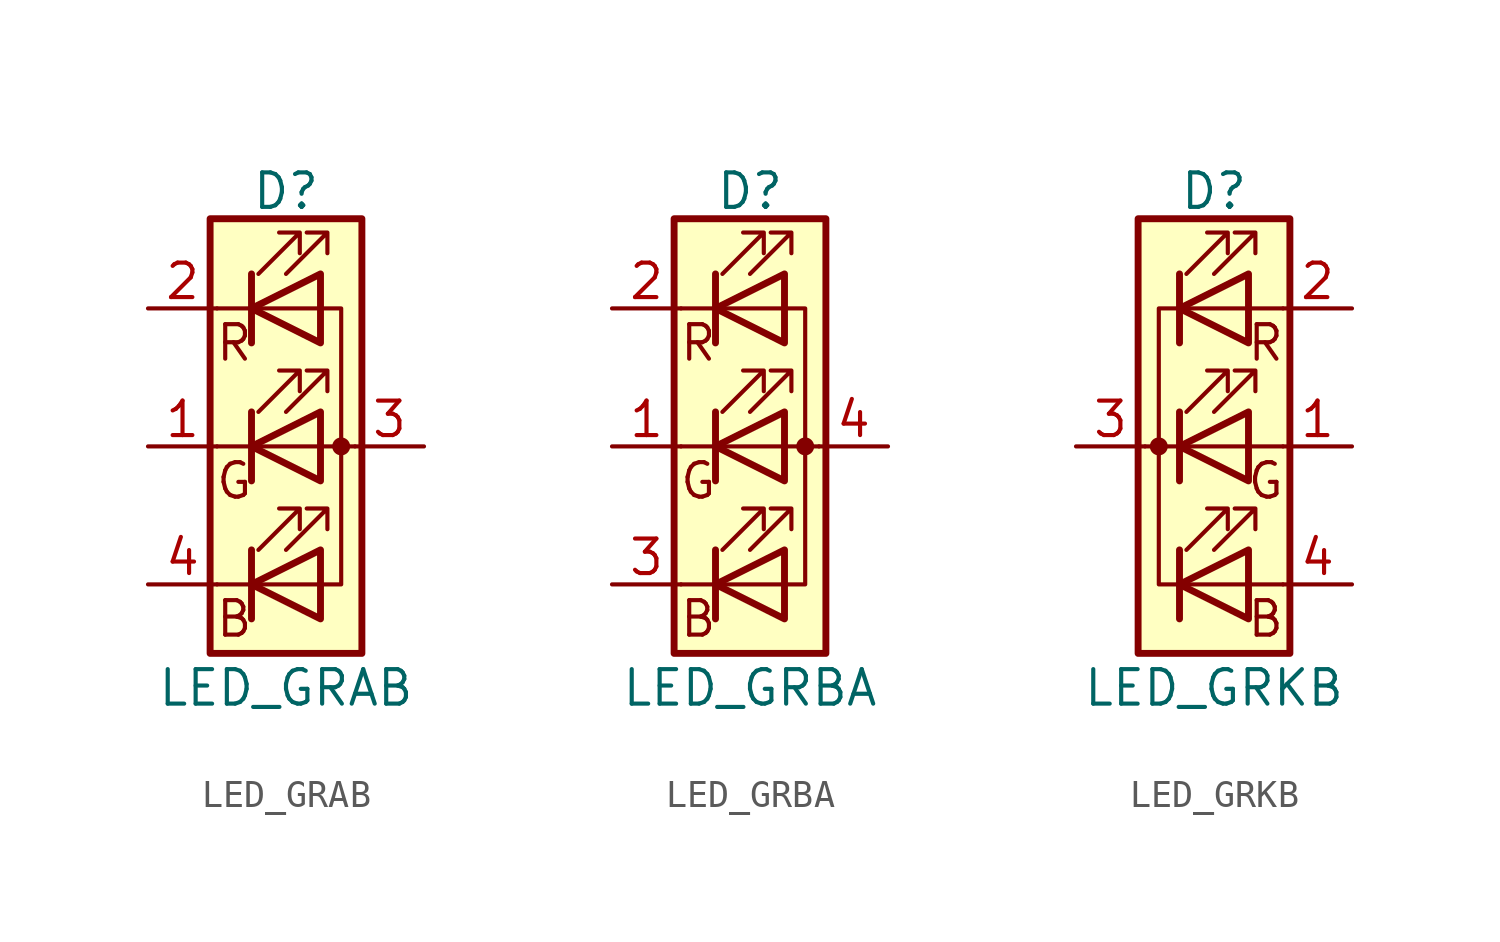
<source format=kicad_sym>
(kicad_symbol_lib
  (version 20220914)
  (generator kicad_symbol_editor)
  (symbol "LED_GRAB"
    (pin_names
      (offset 0) hide)
    (property "Reference" "D"
      (at 0 9.398 0)
      (effects (font (size 1.27 1.27))))
    (property "Value" "LED_GRAB"
      (at 0 -8.89 0)
      (effects (font (size 1.27 1.27))))
    (symbol "LED_GRAB_0_0"
      (text "B" (at -1.905 -6.35 0) (effects (font (size 1.27 1.27))))
      (text "G" (at -1.905 -1.27 0) (effects (font (size 1.27 1.27))))
      (text "R" (at -1.905 3.81 0) (effects (font (size 1.27 1.27)))))
    (symbol "LED_GRAB_0_1"
      (polyline (pts (xy -1.27 -5.08) (xy -2.54 -5.08)) (stroke (width 0) (type default)) (fill (type none)))
      (polyline (pts (xy -1.27 -5.08) (xy 1.27 -5.08)) (stroke (width 0) (type default)) (fill (type none)))
      (polyline (pts (xy -1.27 -3.81) (xy -1.27 -6.35)) (stroke (width 0.254) (type default)) (fill (type none)))
      (polyline (pts (xy -1.27 0) (xy -2.54 0)) (stroke (width 0) (type default)) (fill (type none)))
      (polyline (pts (xy -1.27 1.27) (xy -1.27 -1.27)) (stroke (width 0.254) (type default)) (fill (type none)))
      (polyline (pts (xy -1.27 5.08) (xy -2.54 5.08)) (stroke (width 0) (type default)) (fill (type none)))
      (polyline (pts (xy -1.27 5.08) (xy 1.27 5.08)) (stroke (width 0) (type default)) (fill (type none)))
      (polyline (pts (xy -1.27 6.35) (xy -1.27 3.81)) (stroke (width 0.254) (type default)) (fill (type none)))
      (polyline (pts (xy 1.27 0) (xy -1.27 0)) (stroke (width 0) (type default)) (fill (type none)))
      (polyline (pts (xy 1.27 0) (xy 2.54 0)) (stroke (width 0) (type default)) (fill (type none)))
      (polyline (pts (xy -1.27 1.27) (xy -1.27 -1.27) (xy -1.27 -1.27)) (stroke (width 0) (type default)) (fill (type none)))
      (polyline (pts (xy -1.27 6.35) (xy -1.27 3.81) (xy -1.27 3.81)) (stroke (width 0) (type default)) (fill (type none)))
      (polyline (pts (xy 1.27 -5.08) (xy 2.032 -5.08) (xy 2.032 5.08) (xy 1.27 5.08)) (stroke (width 0) (type default)) (fill (type none)))
      (polyline (pts (xy 1.27 -3.81) (xy 1.27 -6.35) (xy -1.27 -5.08) (xy 1.27 -3.81)) (stroke (width 0.254) (type default)) (fill (type none)))
      (polyline (pts (xy 1.27 1.27) (xy 1.27 -1.27) (xy -1.27 0) (xy 1.27 1.27)) (stroke (width 0.254) (type default)) (fill (type none)))
      (polyline (pts (xy 1.27 6.35) (xy 1.27 3.81) (xy -1.27 5.08) (xy 1.27 6.35)) (stroke (width 0.254) (type default)) (fill (type none)))
      (polyline (pts (xy -1.016 -3.81) (xy 0.508 -2.286) (xy -0.254 -2.286) (xy 0.508 -2.286) (xy 0.508 -3.048)) (stroke (width 0) (type default)) (fill (type none)))
      (polyline (pts (xy -1.016 1.27) (xy 0.508 2.794) (xy -0.254 2.794) (xy 0.508 2.794) (xy 0.508 2.032)) (stroke (width 0) (type default)) (fill (type none)))
      (polyline (pts (xy -1.016 6.35) (xy 0.508 7.874) (xy -0.254 7.874) (xy 0.508 7.874) (xy 0.508 7.112)) (stroke (width 0) (type default)) (fill (type none)))
      (polyline (pts (xy 0 -3.81) (xy 1.524 -2.286) (xy 0.762 -2.286) (xy 1.524 -2.286) (xy 1.524 -3.048)) (stroke (width 0) (type default)) (fill (type none)))
      (polyline (pts (xy 0 1.27) (xy 1.524 2.794) (xy 0.762 2.794) (xy 1.524 2.794) (xy 1.524 2.032)) (stroke (width 0) (type default)) (fill (type none)))
      (polyline (pts (xy 0 6.35) (xy 1.524 7.874) (xy 0.762 7.874) (xy 1.524 7.874) (xy 1.524 7.112)) (stroke (width 0) (type default)) (fill (type none)))
      (rectangle (start 1.27 -1.27) (end 1.27 1.27) (stroke (width 0) (type default)) (fill (type none)))
      (rectangle (start 1.27 1.27) (end 1.27 1.27) (stroke (width 0) (type default)) (fill (type none)))
      (rectangle (start 1.27 3.81) (end 1.27 6.35) (stroke (width 0) (type default)) (fill (type none)))
      (rectangle (start 1.27 6.35) (end 1.27 6.35) (stroke (width 0) (type default)) (fill (type none)))
      (circle (center 2.032 0) (radius 0.254) (stroke (width 0) (type default)) (fill (type outline)))
      (rectangle (start 2.794 8.382) (end -2.794 -7.62) (stroke (width 0.254) (type default)) (fill (type background))))
    (symbol "LED_GRAB_1_1"
      (pin passive line (at -5.08 0 0) (length 2.54) (name "GK" (effects (font (size 1.27 1.27)))) (number "1" (effects (font (size 1.27 1.27)))))
      (pin passive line (at -5.08 5.08 0) (length 2.54) (name "RK" (effects (font (size 1.27 1.27)))) (number "2" (effects (font (size 1.27 1.27)))))
      (pin passive line (at 5.08 0 180) (length 2.54) (name "A" (effects (font (size 1.27 1.27)))) (number "3" (effects (font (size 1.27 1.27)))))
      (pin passive line (at -5.08 -5.08 0) (length 2.54) (name "BK" (effects (font (size 1.27 1.27)))) (number "4" (effects (font (size 1.27 1.27)))))))
  (symbol "LED_GRBA"
    (pin_names
      (offset 0) hide)
    (property "Reference" "D"
      (at 0 9.398 0)
      (effects (font (size 1.27 1.27))))
    (property "Value" "LED_GRBA"
      (at 0 -8.89 0)
      (effects (font (size 1.27 1.27))))
    (symbol "LED_GRBA_0_0"
      (text "B" (at -1.905 -6.35 0) (effects (font (size 1.27 1.27))))
      (text "G" (at -1.905 -1.27 0) (effects (font (size 1.27 1.27))))
      (text "R" (at -1.905 3.81 0) (effects (font (size 1.27 1.27)))))
    (symbol "LED_GRBA_0_1"
      (polyline (pts (xy -1.27 -5.08) (xy -2.54 -5.08)) (stroke (width 0) (type default)) (fill (type none)))
      (polyline (pts (xy -1.27 -5.08) (xy 1.27 -5.08)) (stroke (width 0) (type default)) (fill (type none)))
      (polyline (pts (xy -1.27 -3.81) (xy -1.27 -6.35)) (stroke (width 0.254) (type default)) (fill (type none)))
      (polyline (pts (xy -1.27 0) (xy -2.54 0)) (stroke (width 0) (type default)) (fill (type none)))
      (polyline (pts (xy -1.27 1.27) (xy -1.27 -1.27)) (stroke (width 0.254) (type default)) (fill (type none)))
      (polyline (pts (xy -1.27 5.08) (xy -2.54 5.08)) (stroke (width 0) (type default)) (fill (type none)))
      (polyline (pts (xy -1.27 5.08) (xy 1.27 5.08)) (stroke (width 0) (type default)) (fill (type none)))
      (polyline (pts (xy -1.27 6.35) (xy -1.27 3.81)) (stroke (width 0.254) (type default)) (fill (type none)))
      (polyline (pts (xy 1.27 0) (xy -1.27 0)) (stroke (width 0) (type default)) (fill (type none)))
      (polyline (pts (xy 1.27 0) (xy 2.54 0)) (stroke (width 0) (type default)) (fill (type none)))
      (polyline (pts (xy -1.27 1.27) (xy -1.27 -1.27) (xy -1.27 -1.27)) (stroke (width 0) (type default)) (fill (type none)))
      (polyline (pts (xy -1.27 6.35) (xy -1.27 3.81) (xy -1.27 3.81)) (stroke (width 0) (type default)) (fill (type none)))
      (polyline (pts (xy 1.27 -5.08) (xy 2.032 -5.08) (xy 2.032 5.08) (xy 1.27 5.08)) (stroke (width 0) (type default)) (fill (type none)))
      (polyline (pts (xy 1.27 -3.81) (xy 1.27 -6.35) (xy -1.27 -5.08) (xy 1.27 -3.81)) (stroke (width 0.254) (type default)) (fill (type none)))
      (polyline (pts (xy 1.27 1.27) (xy 1.27 -1.27) (xy -1.27 0) (xy 1.27 1.27)) (stroke (width 0.254) (type default)) (fill (type none)))
      (polyline (pts (xy 1.27 6.35) (xy 1.27 3.81) (xy -1.27 5.08) (xy 1.27 6.35)) (stroke (width 0.254) (type default)) (fill (type none)))
      (polyline (pts (xy -1.016 -3.81) (xy 0.508 -2.286) (xy -0.254 -2.286) (xy 0.508 -2.286) (xy 0.508 -3.048)) (stroke (width 0) (type default)) (fill (type none)))
      (polyline (pts (xy -1.016 1.27) (xy 0.508 2.794) (xy -0.254 2.794) (xy 0.508 2.794) (xy 0.508 2.032)) (stroke (width 0) (type default)) (fill (type none)))
      (polyline (pts (xy -1.016 6.35) (xy 0.508 7.874) (xy -0.254 7.874) (xy 0.508 7.874) (xy 0.508 7.112)) (stroke (width 0) (type default)) (fill (type none)))
      (polyline (pts (xy 0 -3.81) (xy 1.524 -2.286) (xy 0.762 -2.286) (xy 1.524 -2.286) (xy 1.524 -3.048)) (stroke (width 0) (type default)) (fill (type none)))
      (polyline (pts (xy 0 1.27) (xy 1.524 2.794) (xy 0.762 2.794) (xy 1.524 2.794) (xy 1.524 2.032)) (stroke (width 0) (type default)) (fill (type none)))
      (polyline (pts (xy 0 6.35) (xy 1.524 7.874) (xy 0.762 7.874) (xy 1.524 7.874) (xy 1.524 7.112)) (stroke (width 0) (type default)) (fill (type none)))
      (rectangle (start 1.27 -1.27) (end 1.27 1.27) (stroke (width 0) (type default)) (fill (type none)))
      (rectangle (start 1.27 1.27) (end 1.27 1.27) (stroke (width 0) (type default)) (fill (type none)))
      (rectangle (start 1.27 3.81) (end 1.27 6.35) (stroke (width 0) (type default)) (fill (type none)))
      (rectangle (start 1.27 6.35) (end 1.27 6.35) (stroke (width 0) (type default)) (fill (type none)))
      (circle (center 2.032 0) (radius 0.254) (stroke (width 0) (type default)) (fill (type outline)))
      (rectangle (start 2.794 8.382) (end -2.794 -7.62) (stroke (width 0.254) (type default)) (fill (type background))))
    (symbol "LED_GRBA_1_1"
      (pin passive line (at -5.08 0 0) (length 2.54) (name "GK" (effects (font (size 1.27 1.27)))) (number "1" (effects (font (size 1.27 1.27)))))
      (pin passive line (at -5.08 5.08 0) (length 2.54) (name "RK" (effects (font (size 1.27 1.27)))) (number "2" (effects (font (size 1.27 1.27)))))
      (pin passive line (at -5.08 -5.08 0) (length 2.54) (name "BK" (effects (font (size 1.27 1.27)))) (number "3" (effects (font (size 1.27 1.27)))))
      (pin passive line (at 5.08 0 180) (length 2.54) (name "A" (effects (font (size 1.27 1.27)))) (number "4" (effects (font (size 1.27 1.27)))))))
  (symbol "LED_GRKB"
    (pin_names
      (offset 0) hide)
    (property "Reference" "D"
      (at 0 9.398 0)
      (effects (font (size 1.27 1.27))))
    (property "Value" "LED_GRKB"
      (at 0 -8.89 0)
      (effects (font (size 1.27 1.27))))
    (symbol "LED_GRKB_0_0"
      (text "B" (at 1.905 -6.35 0) (effects (font (size 1.27 1.27))))
      (text "G" (at 1.905 -1.27 0) (effects (font (size 1.27 1.27))))
      (text "R" (at 1.905 3.81 0) (effects (font (size 1.27 1.27)))))
    (symbol "LED_GRKB_0_1"
      (circle (center -2.032 0) (radius 0.254) (stroke (width 0) (type default)) (fill (type outline)))
      (polyline (pts (xy -1.27 -5.08) (xy 1.27 -5.08)) (stroke (width 0) (type default)) (fill (type none)))
      (polyline (pts (xy -1.27 -3.81) (xy -1.27 -6.35)) (stroke (width 0.254) (type default)) (fill (type none)))
      (polyline (pts (xy -1.27 0) (xy -2.54 0)) (stroke (width 0) (type default)) (fill (type none)))
      (polyline (pts (xy -1.27 1.27) (xy -1.27 -1.27)) (stroke (width 0.254) (type default)) (fill (type none)))
      (polyline (pts (xy -1.27 5.08) (xy 1.27 5.08)) (stroke (width 0) (type default)) (fill (type none)))
      (polyline (pts (xy -1.27 6.35) (xy -1.27 3.81)) (stroke (width 0.254) (type default)) (fill (type none)))
      (polyline (pts (xy 1.27 -5.08) (xy 2.54 -5.08)) (stroke (width 0) (type default)) (fill (type none)))
      (polyline (pts (xy 1.27 0) (xy -1.27 0)) (stroke (width 0) (type default)) (fill (type none)))
      (polyline (pts (xy 1.27 0) (xy 2.54 0)) (stroke (width 0) (type default)) (fill (type none)))
      (polyline (pts (xy 1.27 5.08) (xy 2.54 5.08)) (stroke (width 0) (type default)) (fill (type none)))
      (polyline (pts (xy -1.27 1.27) (xy -1.27 -1.27) (xy -1.27 -1.27)) (stroke (width 0) (type default)) (fill (type none)))
      (polyline (pts (xy -1.27 6.35) (xy -1.27 3.81) (xy -1.27 3.81)) (stroke (width 0) (type default)) (fill (type none)))
      (polyline (pts (xy -1.27 5.08) (xy -2.032 5.08) (xy -2.032 -5.08) (xy -1.016 -5.08)) (stroke (width 0) (type default)) (fill (type none)))
      (polyline (pts (xy 1.27 -3.81) (xy 1.27 -6.35) (xy -1.27 -5.08) (xy 1.27 -3.81)) (stroke (width 0.254) (type default)) (fill (type none)))
      (polyline (pts (xy 1.27 1.27) (xy 1.27 -1.27) (xy -1.27 0) (xy 1.27 1.27)) (stroke (width 0.254) (type default)) (fill (type none)))
      (polyline (pts (xy 1.27 6.35) (xy 1.27 3.81) (xy -1.27 5.08) (xy 1.27 6.35)) (stroke (width 0.254) (type default)) (fill (type none)))
      (polyline (pts (xy -1.016 -3.81) (xy 0.508 -2.286) (xy -0.254 -2.286) (xy 0.508 -2.286) (xy 0.508 -3.048)) (stroke (width 0) (type default)) (fill (type none)))
      (polyline (pts (xy -1.016 1.27) (xy 0.508 2.794) (xy -0.254 2.794) (xy 0.508 2.794) (xy 0.508 2.032)) (stroke (width 0) (type default)) (fill (type none)))
      (polyline (pts (xy -1.016 6.35) (xy 0.508 7.874) (xy -0.254 7.874) (xy 0.508 7.874) (xy 0.508 7.112)) (stroke (width 0) (type default)) (fill (type none)))
      (polyline (pts (xy 0 -3.81) (xy 1.524 -2.286) (xy 0.762 -2.286) (xy 1.524 -2.286) (xy 1.524 -3.048)) (stroke (width 0) (type default)) (fill (type none)))
      (polyline (pts (xy 0 1.27) (xy 1.524 2.794) (xy 0.762 2.794) (xy 1.524 2.794) (xy 1.524 2.032)) (stroke (width 0) (type default)) (fill (type none)))
      (polyline (pts (xy 0 6.35) (xy 1.524 7.874) (xy 0.762 7.874) (xy 1.524 7.874) (xy 1.524 7.112)) (stroke (width 0) (type default)) (fill (type none)))
      (rectangle (start 1.27 -1.27) (end 1.27 1.27) (stroke (width 0) (type default)) (fill (type none)))
      (rectangle (start 1.27 1.27) (end 1.27 1.27) (stroke (width 0) (type default)) (fill (type none)))
      (rectangle (start 1.27 3.81) (end 1.27 6.35) (stroke (width 0) (type default)) (fill (type none)))
      (rectangle (start 1.27 6.35) (end 1.27 6.35) (stroke (width 0) (type default)) (fill (type none)))
      (rectangle (start 2.794 8.382) (end -2.794 -7.62) (stroke (width 0.254) (type default)) (fill (type background))))
    (symbol "LED_GRKB_1_1"
      (pin passive line (at 5.08 0 180) (length 2.54) (name "GA" (effects (font (size 1.27 1.27)))) (number "1" (effects (font (size 1.27 1.27)))))
      (pin passive line (at 5.08 5.08 180) (length 2.54) (name "RA" (effects (font (size 1.27 1.27)))) (number "2" (effects (font (size 1.27 1.27)))))
      (pin passive line (at -5.08 0 0) (length 2.54) (name "K" (effects (font (size 1.27 1.27)))) (number "3" (effects (font (size 1.27 1.27)))))
      (pin passive line (at 5.08 -5.08 180) (length 2.54) (name "BA" (effects (font (size 1.27 1.27)))) (number "4" (effects (font (size 1.27 1.27))))))))
</source>
